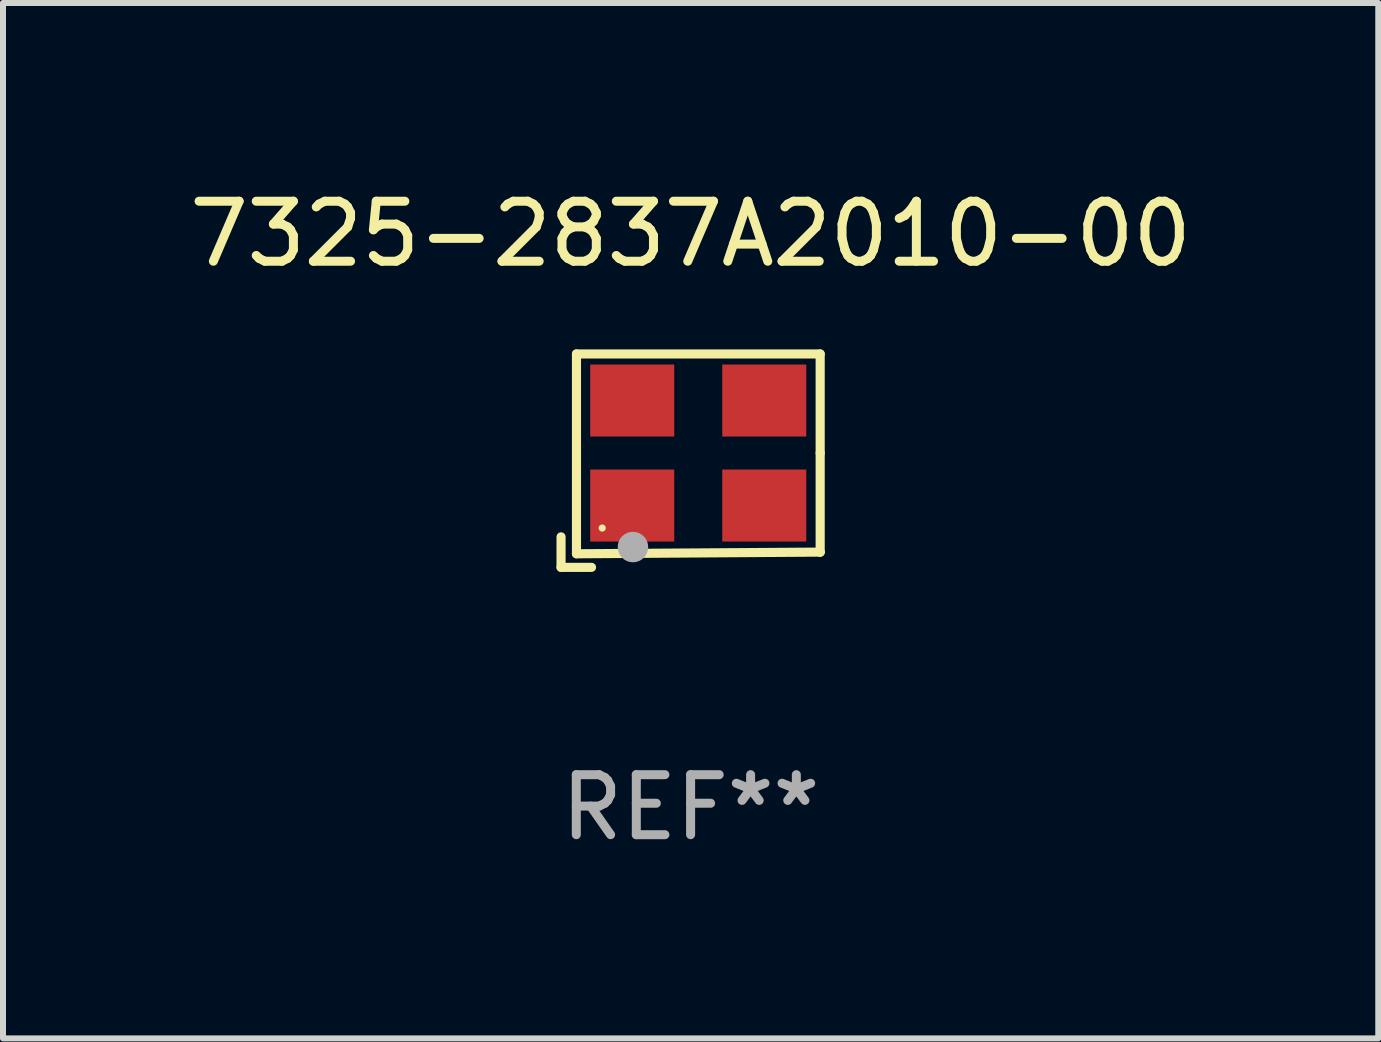
<source format=kicad_pcb>
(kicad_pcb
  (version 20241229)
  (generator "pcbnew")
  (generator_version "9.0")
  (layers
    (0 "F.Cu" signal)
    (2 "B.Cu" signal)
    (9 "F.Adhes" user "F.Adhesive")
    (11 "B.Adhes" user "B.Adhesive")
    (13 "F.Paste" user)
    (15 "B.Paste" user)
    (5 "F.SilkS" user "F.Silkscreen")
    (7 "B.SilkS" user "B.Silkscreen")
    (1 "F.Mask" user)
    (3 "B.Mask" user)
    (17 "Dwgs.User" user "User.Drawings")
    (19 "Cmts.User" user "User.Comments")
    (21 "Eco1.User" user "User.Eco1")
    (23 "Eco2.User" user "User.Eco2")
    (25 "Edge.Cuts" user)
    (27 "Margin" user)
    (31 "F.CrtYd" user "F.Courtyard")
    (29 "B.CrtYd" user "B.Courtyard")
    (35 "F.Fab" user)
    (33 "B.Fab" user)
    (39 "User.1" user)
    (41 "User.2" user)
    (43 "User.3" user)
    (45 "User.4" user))
  (footprint "7325-2837A2010-00"
    (layer "F.Cu")
    (at 8.458 4.626)
    (property "Reference" "7325-2837A2010-00" (at 0 -3.778 0) (layer "F.SilkS") (effects (font (size 1 1) (thickness 0.15))))
    (attr through_hole)
    (fp_line (start -2.159 1.27) (end -2.159 1.778) (stroke (width 0.152) (type solid)) (layer "F.SilkS"))
    (fp_line (start -2.159 1.778) (end -1.651 1.778) (stroke (width 0.152) (type solid)) (layer "F.SilkS"))
    (fp_line (start -1.902 -1.778) (end 2.159 -1.778) (stroke (width 0.152) (type solid)) (layer "F.SilkS"))
    (fp_line (start -1.902 1.552) (end -1.902 -1.778) (stroke (width 0.152) (type solid)) (layer "F.SilkS"))
    (fp_line (start 2.159 -1.778) (end 2.159 -0.127) (stroke (width 0.152) (type solid)) (layer "F.SilkS"))
    (fp_line (start 2.159 -0.127) (end 2.159 1.524) (stroke (width 0.152) (type solid)) (layer "F.SilkS"))
    (fp_line (start 2.159 1.524) (end -1.902 1.552) (stroke (width 0.152) (type solid)) (layer "F.SilkS"))
    (fp_line (start 2.159 1.524) (end 2.159 1.524) (stroke (width 0.152) (type solid)) (layer "F.SilkS"))
    (fp_circle (center -1.473 1.123) (end -1.443 1.123) (stroke (width 0.06) (type solid)) (fill no) (layer "F.SilkS"))
    (fp_circle (center -0.961 1.44) (end -0.834 1.44) (stroke (width 0.254) (type solid)) (fill no) (layer "F.Fab"))
    (fp_text user "REF**" (at 0 5.778 0) (layer "F.Fab") (effects (font (size 1 1) (thickness 0.15))))
    (pad "1" smd rect (at -0.973 0.748) (size 1.4 1.2) (layers "F.Cu" "F.Mask" "F.Paste"))
    (pad "2" smd rect (at 1.227 0.748) (size 1.4 1.2) (layers "F.Cu" "F.Mask" "F.Paste"))
    (pad "3" smd rect (at 1.227 -1.002) (size 1.4 1.2) (layers "F.Cu" "F.Mask" "F.Paste"))
    (pad "4" smd rect (at -0.973 -1.002) (size 1.4 1.2) (layers "F.Cu" "F.Mask" "F.Paste")))
  (gr_rect
    (start -3 -3)
    (end 19.917 14.253)
    (stroke (width 0.1) (type default))
    (fill no)
    (layer "Edge.Cuts")))
</source>
